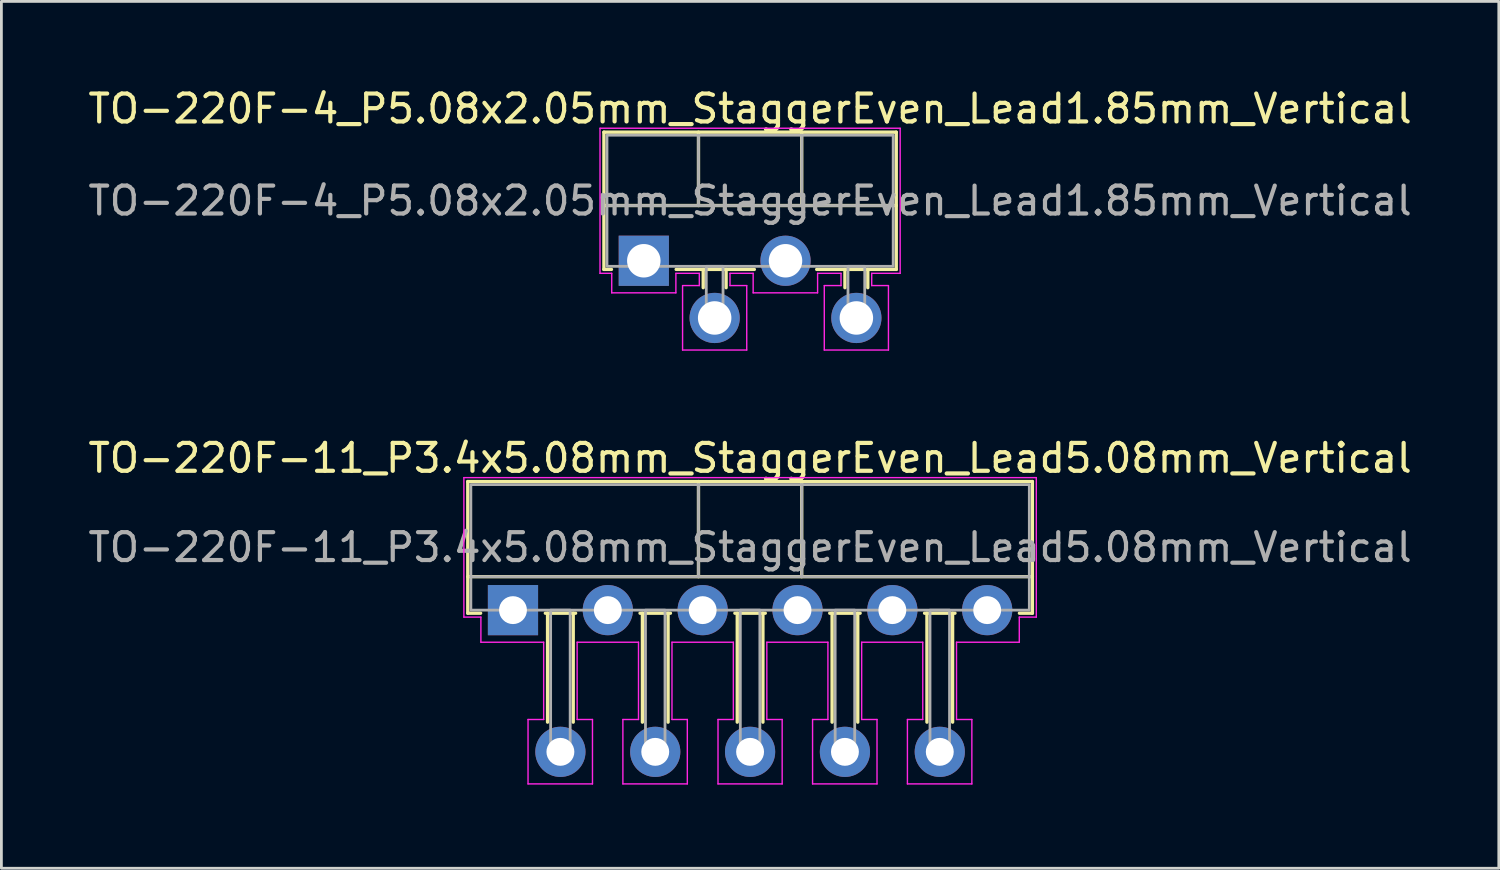
<source format=kicad_pcb>
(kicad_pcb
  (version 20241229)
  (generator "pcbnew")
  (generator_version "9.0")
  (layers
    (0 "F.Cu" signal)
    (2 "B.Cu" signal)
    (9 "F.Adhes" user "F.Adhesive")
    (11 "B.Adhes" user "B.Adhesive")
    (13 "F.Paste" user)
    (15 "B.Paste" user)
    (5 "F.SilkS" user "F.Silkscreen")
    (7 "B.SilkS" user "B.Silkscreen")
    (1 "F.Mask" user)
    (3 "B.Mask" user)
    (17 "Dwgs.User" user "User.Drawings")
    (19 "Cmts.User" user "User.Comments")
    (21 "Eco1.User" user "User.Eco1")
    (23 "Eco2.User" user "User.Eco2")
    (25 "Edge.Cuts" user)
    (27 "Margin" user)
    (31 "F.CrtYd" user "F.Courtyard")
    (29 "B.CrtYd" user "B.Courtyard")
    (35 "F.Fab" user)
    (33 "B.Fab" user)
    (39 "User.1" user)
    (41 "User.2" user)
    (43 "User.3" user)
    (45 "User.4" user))
  (footprint "TO-220F-11_P3.4x5.08mm_StaggerEven_Lead5.08mm_Vertical"
    (layer "F.Cu")
    (at 15.339 18.822)
    (property "Reference" "TO-220F-11_P3.4x5.08mm_StaggerEven_Lead5.08mm_Vertical" (at 8.5 -5.45 0) (layer "F.SilkS") (effects (font (size 1 1) (thickness 0.15))))
    (attr through_hole)
    (fp_line (start -1.62 -4.61) (end -1.62 0.11) (stroke (width 0.12) (type solid)) (layer "F.SilkS"))
    (fp_line (start -1.62 -4.61) (end 18.62 -4.61) (stroke (width 0.12) (type solid)) (layer "F.SilkS"))
    (fp_line (start -1.62 -1.2) (end 18.62 -1.2) (stroke (width 0.12) (type solid)) (layer "F.SilkS"))
    (fp_line (start -1.62 0.11) (end -1.16 0.11) (stroke (width 0.12) (type solid)) (layer "F.SilkS"))
    (fp_line (start 1.16 0.11) (end 2.245 0.11) (stroke (width 0.12) (type solid)) (layer "F.SilkS"))
    (fp_line (start 1.24 0.11) (end 1.24 4.015) (stroke (width 0.12) (type solid)) (layer "F.SilkS"))
    (fp_line (start 2.16 0.11) (end 2.16 4.015) (stroke (width 0.12) (type solid)) (layer "F.SilkS"))
    (fp_line (start 4.555 0.11) (end 5.645 0.11) (stroke (width 0.12) (type solid)) (layer "F.SilkS"))
    (fp_line (start 4.64 0.11) (end 4.64 4.015) (stroke (width 0.12) (type solid)) (layer "F.SilkS"))
    (fp_line (start 5.56 0.11) (end 5.56 4.015) (stroke (width 0.12) (type solid)) (layer "F.SilkS"))
    (fp_line (start 6.65 -4.61) (end 6.65 -1.2) (stroke (width 0.12) (type solid)) (layer "F.SilkS"))
    (fp_line (start 7.955 0.11) (end 9.045 0.11) (stroke (width 0.12) (type solid)) (layer "F.SilkS"))
    (fp_line (start 8.04 0.11) (end 8.04 4.015) (stroke (width 0.12) (type solid)) (layer "F.SilkS"))
    (fp_line (start 8.96 0.11) (end 8.96 4.015) (stroke (width 0.12) (type solid)) (layer "F.SilkS"))
    (fp_line (start 10.35 -4.61) (end 10.35 -1.2) (stroke (width 0.12) (type solid)) (layer "F.SilkS"))
    (fp_line (start 11.355 0.11) (end 12.445 0.11) (stroke (width 0.12) (type solid)) (layer "F.SilkS"))
    (fp_line (start 11.44 0.11) (end 11.44 4.015) (stroke (width 0.12) (type solid)) (layer "F.SilkS"))
    (fp_line (start 12.36 0.11) (end 12.36 4.015) (stroke (width 0.12) (type solid)) (layer "F.SilkS"))
    (fp_line (start 14.755 0.11) (end 15.845 0.11) (stroke (width 0.12) (type solid)) (layer "F.SilkS"))
    (fp_line (start 14.84 0.11) (end 14.84 4.015) (stroke (width 0.12) (type solid)) (layer "F.SilkS"))
    (fp_line (start 15.76 0.11) (end 15.76 4.015) (stroke (width 0.12) (type solid)) (layer "F.SilkS"))
    (fp_line (start 18.155 0.11) (end 18.62 0.11) (stroke (width 0.12) (type solid)) (layer "F.SilkS"))
    (fp_line (start 18.62 -4.61) (end 18.62 0.11) (stroke (width 0.12) (type solid)) (layer "F.SilkS"))
    (fp_line (start -1.76 -4.75) (end 18.76 -4.75) (stroke (width 0.05) (type solid)) (layer "F.CrtYd"))
    (fp_line (start -1.76 0.25) (end -1.76 -4.75) (stroke (width 0.05) (type solid)) (layer "F.CrtYd"))
    (fp_line (start -1.15 0.25) (end -1.76 0.25) (stroke (width 0.05) (type solid)) (layer "F.CrtYd"))
    (fp_line (start -1.15 1.15) (end -1.15 0.25) (stroke (width 0.05) (type solid)) (layer "F.CrtYd"))
    (fp_line (start 0.54 3.92) (end 1.1 3.92) (stroke (width 0.05) (type solid)) (layer "F.CrtYd"))
    (fp_line (start 0.54 6.23) (end 0.54 3.92) (stroke (width 0.05) (type solid)) (layer "F.CrtYd"))
    (fp_line (start 1.1 1.15) (end -1.15 1.15) (stroke (width 0.05) (type solid)) (layer "F.CrtYd"))
    (fp_line (start 1.1 3.92) (end 1.1 1.15) (stroke (width 0.05) (type solid)) (layer "F.CrtYd"))
    (fp_line (start 2.3 1.15) (end 2.3 3.92) (stroke (width 0.05) (type solid)) (layer "F.CrtYd"))
    (fp_line (start 2.3 3.92) (end 2.85 3.92) (stroke (width 0.05) (type solid)) (layer "F.CrtYd"))
    (fp_line (start 2.85 3.92) (end 2.85 6.23) (stroke (width 0.05) (type solid)) (layer "F.CrtYd"))
    (fp_line (start 2.85 6.23) (end 0.54 6.23) (stroke (width 0.05) (type solid)) (layer "F.CrtYd"))
    (fp_line (start 3.94 3.92) (end 4.5 3.92) (stroke (width 0.05) (type solid)) (layer "F.CrtYd"))
    (fp_line (start 3.94 6.23) (end 3.94 3.92) (stroke (width 0.05) (type solid)) (layer "F.CrtYd"))
    (fp_line (start 4.5 1.15) (end 2.3 1.15) (stroke (width 0.05) (type solid)) (layer "F.CrtYd"))
    (fp_line (start 4.5 3.92) (end 4.5 1.15) (stroke (width 0.05) (type solid)) (layer "F.CrtYd"))
    (fp_line (start 5.7 1.15) (end 5.7 3.92) (stroke (width 0.05) (type solid)) (layer "F.CrtYd"))
    (fp_line (start 5.7 3.92) (end 6.25 3.92) (stroke (width 0.05) (type solid)) (layer "F.CrtYd"))
    (fp_line (start 6.25 3.92) (end 6.25 6.23) (stroke (width 0.05) (type solid)) (layer "F.CrtYd"))
    (fp_line (start 6.25 6.23) (end 3.94 6.23) (stroke (width 0.05) (type solid)) (layer "F.CrtYd"))
    (fp_line (start 7.35 3.92) (end 7.9 3.92) (stroke (width 0.05) (type solid)) (layer "F.CrtYd"))
    (fp_line (start 7.35 6.23) (end 7.35 3.92) (stroke (width 0.05) (type solid)) (layer "F.CrtYd"))
    (fp_line (start 7.9 1.15) (end 5.7 1.15) (stroke (width 0.05) (type solid)) (layer "F.CrtYd"))
    (fp_line (start 7.9 3.92) (end 7.9 1.15) (stroke (width 0.05) (type solid)) (layer "F.CrtYd"))
    (fp_line (start 9.1 1.15) (end 9.1 3.92) (stroke (width 0.05) (type solid)) (layer "F.CrtYd"))
    (fp_line (start 9.1 3.92) (end 9.65 3.92) (stroke (width 0.05) (type solid)) (layer "F.CrtYd"))
    (fp_line (start 9.65 3.92) (end 9.65 6.23) (stroke (width 0.05) (type solid)) (layer "F.CrtYd"))
    (fp_line (start 9.65 6.23) (end 7.35 6.23) (stroke (width 0.05) (type solid)) (layer "F.CrtYd"))
    (fp_line (start 10.74 3.92) (end 11.29 3.92) (stroke (width 0.05) (type solid)) (layer "F.CrtYd"))
    (fp_line (start 10.74 6.23) (end 10.74 3.92) (stroke (width 0.05) (type solid)) (layer "F.CrtYd"))
    (fp_line (start 11.29 1.15) (end 9.1 1.15) (stroke (width 0.05) (type solid)) (layer "F.CrtYd"))
    (fp_line (start 11.29 3.92) (end 11.29 1.15) (stroke (width 0.05) (type solid)) (layer "F.CrtYd"))
    (fp_line (start 12.5 1.15) (end 12.5 3.92) (stroke (width 0.05) (type solid)) (layer "F.CrtYd"))
    (fp_line (start 12.5 3.92) (end 13.05 3.92) (stroke (width 0.05) (type solid)) (layer "F.CrtYd"))
    (fp_line (start 13.05 3.92) (end 13.05 6.23) (stroke (width 0.05) (type solid)) (layer "F.CrtYd"))
    (fp_line (start 13.05 6.23) (end 10.74 6.23) (stroke (width 0.05) (type solid)) (layer "F.CrtYd"))
    (fp_line (start 14.14 3.92) (end 14.69 3.92) (stroke (width 0.05) (type solid)) (layer "F.CrtYd"))
    (fp_line (start 14.14 6.23) (end 14.14 3.92) (stroke (width 0.05) (type solid)) (layer "F.CrtYd"))
    (fp_line (start 14.69 1.15) (end 12.5 1.15) (stroke (width 0.05) (type solid)) (layer "F.CrtYd"))
    (fp_line (start 14.69 3.92) (end 14.69 1.15) (stroke (width 0.05) (type solid)) (layer "F.CrtYd"))
    (fp_line (start 15.9 1.15) (end 15.9 3.92) (stroke (width 0.05) (type solid)) (layer "F.CrtYd"))
    (fp_line (start 15.9 3.92) (end 16.45 3.92) (stroke (width 0.05) (type solid)) (layer "F.CrtYd"))
    (fp_line (start 16.45 3.92) (end 16.45 6.23) (stroke (width 0.05) (type solid)) (layer "F.CrtYd"))
    (fp_line (start 16.45 6.23) (end 14.14 6.23) (stroke (width 0.05) (type solid)) (layer "F.CrtYd"))
    (fp_line (start 18.15 0.25) (end 18.15 1.15) (stroke (width 0.05) (type solid)) (layer "F.CrtYd"))
    (fp_line (start 18.15 1.15) (end 15.9 1.15) (stroke (width 0.05) (type solid)) (layer "F.CrtYd"))
    (fp_line (start 18.76 -4.75) (end 18.76 0.25) (stroke (width 0.05) (type solid)) (layer "F.CrtYd"))
    (fp_line (start 18.76 0.25) (end 18.15 0.25) (stroke (width 0.05) (type solid)) (layer "F.CrtYd"))
    (fp_line (start -1.51 -1.2) (end 18.51 -1.2) (stroke (width 0.1) (type solid)) (layer "F.Fab"))
    (fp_line (start 6.65 -4.5) (end 6.65 -1.2) (stroke (width 0.1) (type solid)) (layer "F.Fab"))
    (fp_line (start 10.35 -4.5) (end 10.35 -1.2) (stroke (width 0.1) (type solid)) (layer "F.Fab"))
    (fp_rect (start -1.51 -4.5) (end 18.51 0) (stroke (width 0.1) (type solid)) (fill no) (layer "F.Fab"))
    (fp_rect (start 1.35 0) (end 2.05 5.08) (stroke (width 0.1) (type solid)) (fill no) (layer "F.Fab"))
    (fp_rect (start 4.75 0) (end 5.45 5.08) (stroke (width 0.1) (type solid)) (fill no) (layer "F.Fab"))
    (fp_rect (start 8.15 0) (end 8.85 5.08) (stroke (width 0.1) (type solid)) (fill no) (layer "F.Fab"))
    (fp_rect (start 11.55 0) (end 12.25 5.08) (stroke (width 0.1) (type solid)) (fill no) (layer "F.Fab"))
    (fp_rect (start 14.95 0) (end 15.65 5.08) (stroke (width 0.1) (type solid)) (fill no) (layer "F.Fab"))
    (fp_text user "${REFERENCE}" (at 8.5 -2.25 0) (layer "F.Fab") (effects (font (size 1 1) (thickness 0.15))))
    (pad "1" thru_hole rect (at 0 0) (size 1.8 1.8) (drill 1) (layers "*.Cu" "*.Mask"))
    (pad "2" thru_hole circle (at 1.7 5.08) (size 1.8 1.8) (drill 1) (layers "*.Cu" "*.Mask"))
    (pad "3" thru_hole circle (at 3.4 0) (size 1.8 1.8) (drill 1) (layers "*.Cu" "*.Mask"))
    (pad "4" thru_hole circle (at 5.1 5.08) (size 1.8 1.8) (drill 1) (layers "*.Cu" "*.Mask"))
    (pad "5" thru_hole circle (at 6.8 0) (size 1.8 1.8) (drill 1) (layers "*.Cu" "*.Mask"))
    (pad "6" thru_hole circle (at 8.5 5.08) (size 1.8 1.8) (drill 1) (layers "*.Cu" "*.Mask"))
    (pad "7" thru_hole circle (at 10.2 0) (size 1.8 1.8) (drill 1) (layers "*.Cu" "*.Mask"))
    (pad "8" thru_hole circle (at 11.9 5.08) (size 1.8 1.8) (drill 1) (layers "*.Cu" "*.Mask"))
    (pad "9" thru_hole circle (at 13.6 0) (size 1.8 1.8) (drill 1) (layers "*.Cu" "*.Mask"))
    (pad "10" thru_hole circle (at 15.3 5.08) (size 1.8 1.8) (drill 1) (layers "*.Cu" "*.Mask"))
    (pad "11" thru_hole circle (at 17 0) (size 1.8 1.8) (drill 1) (layers "*.Cu" "*.Mask")))
  (footprint "TO-220F-4_P5.08x2.05mm_StaggerEven_Lead1.85mm_Vertical"
    (layer "F.Cu")
    (at 20.029 6.298)
    (property "Reference" "TO-220F-4_P5.08x2.05mm_StaggerEven_Lead1.85mm_Vertical" (at 3.81 -5.45 0) (layer "F.SilkS") (effects (font (size 1 1) (thickness 0.15))))
    (attr through_hole)
    (fp_line (start -1.43 -4.61) (end -1.43 0.31) (stroke (width 0.12) (type solid)) (layer "F.SilkS"))
    (fp_line (start -1.43 -4.61) (end 9.05 -4.61) (stroke (width 0.12) (type solid)) (layer "F.SilkS"))
    (fp_line (start -1.43 -1.98) (end 9.05 -1.98) (stroke (width 0.12) (type solid)) (layer "F.SilkS"))
    (fp_line (start -1.43 0.31) (end -1.16 0.31) (stroke (width 0.12) (type solid)) (layer "F.SilkS"))
    (fp_line (start 1.16 0.31) (end 3.962 0.31) (stroke (width 0.12) (type solid)) (layer "F.SilkS"))
    (fp_line (start 1.96 -4.61) (end 1.96 -1.98) (stroke (width 0.12) (type solid)) (layer "F.SilkS"))
    (fp_line (start 2.13 0.31) (end 2.13 0.965) (stroke (width 0.12) (type solid)) (layer "F.SilkS"))
    (fp_line (start 2.95 0.31) (end 2.95 0.965) (stroke (width 0.12) (type solid)) (layer "F.SilkS"))
    (fp_line (start 5.66 -4.61) (end 5.66 -1.98) (stroke (width 0.12) (type solid)) (layer "F.SilkS"))
    (fp_line (start 6.198 0.31) (end 9.05 0.31) (stroke (width 0.12) (type solid)) (layer "F.SilkS"))
    (fp_line (start 7.21 0.31) (end 7.21 0.965) (stroke (width 0.12) (type solid)) (layer "F.SilkS"))
    (fp_line (start 8.03 0.31) (end 8.03 0.965) (stroke (width 0.12) (type solid)) (layer "F.SilkS"))
    (fp_line (start 9.05 -4.61) (end 9.05 0.31) (stroke (width 0.12) (type solid)) (layer "F.SilkS"))
    (fp_line (start -1.57 -4.75) (end 9.19 -4.75) (stroke (width 0.05) (type solid)) (layer "F.CrtYd"))
    (fp_line (start -1.57 0.45) (end -1.57 -4.75) (stroke (width 0.05) (type solid)) (layer "F.CrtYd"))
    (fp_line (start -1.15 0.45) (end -1.57 0.45) (stroke (width 0.05) (type solid)) (layer "F.CrtYd"))
    (fp_line (start -1.15 1.15) (end -1.15 0.45) (stroke (width 0.05) (type solid)) (layer "F.CrtYd"))
    (fp_line (start 1.15 0.45) (end 1.15 1.15) (stroke (width 0.05) (type solid)) (layer "F.CrtYd"))
    (fp_line (start 1.15 1.15) (end -1.15 1.15) (stroke (width 0.05) (type solid)) (layer "F.CrtYd"))
    (fp_line (start 1.39 0.89) (end 1.99 0.89) (stroke (width 0.05) (type solid)) (layer "F.CrtYd"))
    (fp_line (start 1.39 3.2) (end 1.39 0.89) (stroke (width 0.05) (type solid)) (layer "F.CrtYd"))
    (fp_line (start 1.99 0.45) (end 1.15 0.45) (stroke (width 0.05) (type solid)) (layer "F.CrtYd"))
    (fp_line (start 1.99 0.89) (end 1.99 0.45) (stroke (width 0.05) (type solid)) (layer "F.CrtYd"))
    (fp_line (start 3.09 0.45) (end 3.09 0.89) (stroke (width 0.05) (type solid)) (layer "F.CrtYd"))
    (fp_line (start 3.09 0.89) (end 3.69 0.89) (stroke (width 0.05) (type solid)) (layer "F.CrtYd"))
    (fp_line (start 3.69 0.89) (end 3.69 3.2) (stroke (width 0.05) (type solid)) (layer "F.CrtYd"))
    (fp_line (start 3.69 3.2) (end 1.39 3.2) (stroke (width 0.05) (type solid)) (layer "F.CrtYd"))
    (fp_line (start 3.92 0.45) (end 3.09 0.45) (stroke (width 0.05) (type solid)) (layer "F.CrtYd"))
    (fp_line (start 3.92 1.15) (end 3.92 0.45) (stroke (width 0.05) (type solid)) (layer "F.CrtYd"))
    (fp_line (start 6.23 0.45) (end 6.23 1.15) (stroke (width 0.05) (type solid)) (layer "F.CrtYd"))
    (fp_line (start 6.23 1.15) (end 3.92 1.15) (stroke (width 0.05) (type solid)) (layer "F.CrtYd"))
    (fp_line (start 6.47 0.89) (end 7.07 0.89) (stroke (width 0.05) (type solid)) (layer "F.CrtYd"))
    (fp_line (start 6.47 3.2) (end 6.47 0.89) (stroke (width 0.05) (type solid)) (layer "F.CrtYd"))
    (fp_line (start 7.07 0.45) (end 6.23 0.45) (stroke (width 0.05) (type solid)) (layer "F.CrtYd"))
    (fp_line (start 7.07 0.89) (end 7.07 0.45) (stroke (width 0.05) (type solid)) (layer "F.CrtYd"))
    (fp_line (start 8.17 0.45) (end 8.17 0.89) (stroke (width 0.05) (type solid)) (layer "F.CrtYd"))
    (fp_line (start 8.17 0.89) (end 8.77 0.89) (stroke (width 0.05) (type solid)) (layer "F.CrtYd"))
    (fp_line (start 8.77 0.89) (end 8.77 3.2) (stroke (width 0.05) (type solid)) (layer "F.CrtYd"))
    (fp_line (start 8.77 3.2) (end 6.47 3.2) (stroke (width 0.05) (type solid)) (layer "F.CrtYd"))
    (fp_line (start 9.19 -4.75) (end 9.19 0.45) (stroke (width 0.05) (type solid)) (layer "F.CrtYd"))
    (fp_line (start 9.19 0.45) (end 8.17 0.45) (stroke (width 0.05) (type solid)) (layer "F.CrtYd"))
    (fp_line (start -1.32 -1.98) (end 8.94 -1.98) (stroke (width 0.1) (type solid)) (layer "F.Fab"))
    (fp_line (start 1.96 -4.5) (end 1.96 -1.98) (stroke (width 0.1) (type solid)) (layer "F.Fab"))
    (fp_line (start 5.66 -4.5) (end 5.66 -1.98) (stroke (width 0.1) (type solid)) (layer "F.Fab"))
    (fp_rect (start -1.32 -4.5) (end 8.94 0.2) (stroke (width 0.1) (type solid)) (fill no) (layer "F.Fab"))
    (fp_rect (start 2.24 0.2) (end 2.84 2.05) (stroke (width 0.1) (type solid)) (fill no) (layer "F.Fab"))
    (fp_rect (start 7.32 0.2) (end 7.92 2.05) (stroke (width 0.1) (type solid)) (fill no) (layer "F.Fab"))
    (fp_text user "${REFERENCE}" (at 3.81 -2.15 0) (layer "F.Fab") (effects (font (size 1 1) (thickness 0.15))))
    (pad "1" thru_hole rect (at 0 0) (size 1.8 1.8) (drill 1.2) (layers "*.Cu" "*.Mask"))
    (pad "2" thru_hole circle (at 2.54 2.05) (size 1.8 1.8) (drill 1.2) (layers "*.Cu" "*.Mask"))
    (pad "3" thru_hole circle (at 5.08 0) (size 1.8 1.8) (drill 1.2) (layers "*.Cu" "*.Mask"))
    (pad "4" thru_hole circle (at 7.62 2.05) (size 1.8 1.8) (drill 1.2) (layers "*.Cu" "*.Mask")))
  (gr_rect
    (start -3 -3)
    (end 50.679 28.076)
    (stroke (width 0.1) (type default))
    (fill no)
    (layer "Edge.Cuts")))
</source>
